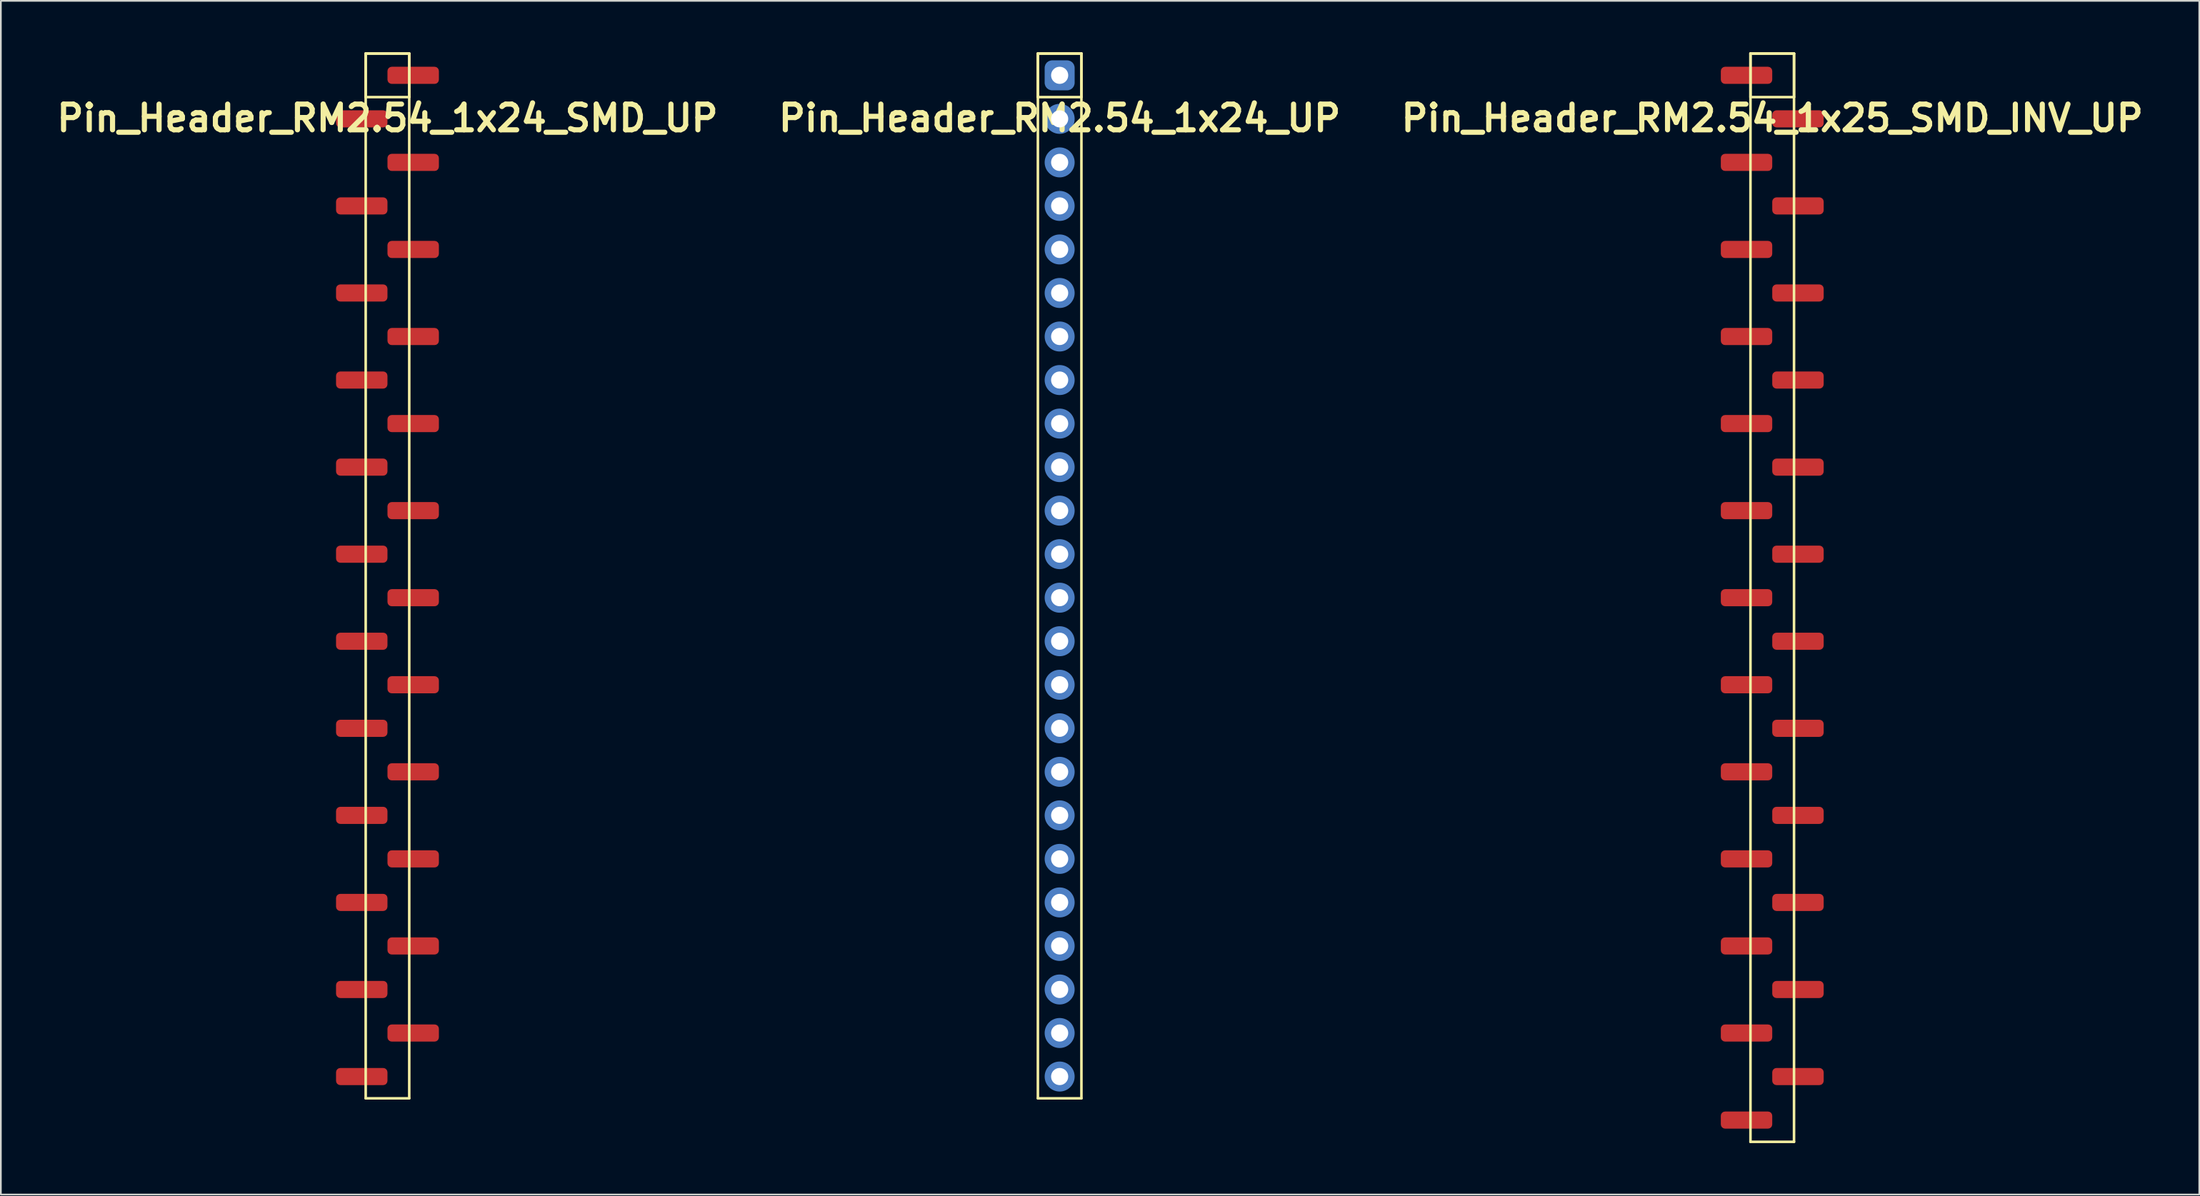
<source format=kicad_pcb>
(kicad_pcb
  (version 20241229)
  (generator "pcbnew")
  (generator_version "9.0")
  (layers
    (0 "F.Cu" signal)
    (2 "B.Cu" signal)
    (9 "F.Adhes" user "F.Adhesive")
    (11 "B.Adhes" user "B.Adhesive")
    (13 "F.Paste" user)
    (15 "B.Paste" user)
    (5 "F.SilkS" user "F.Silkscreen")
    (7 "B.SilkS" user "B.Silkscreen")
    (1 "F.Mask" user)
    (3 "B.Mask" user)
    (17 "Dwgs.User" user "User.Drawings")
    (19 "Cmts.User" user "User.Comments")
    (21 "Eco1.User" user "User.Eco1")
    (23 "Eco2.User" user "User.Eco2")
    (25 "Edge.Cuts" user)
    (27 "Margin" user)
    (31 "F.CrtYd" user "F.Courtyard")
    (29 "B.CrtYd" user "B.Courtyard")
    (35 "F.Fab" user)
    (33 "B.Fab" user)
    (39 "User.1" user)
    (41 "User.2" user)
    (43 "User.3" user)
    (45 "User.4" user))
  (footprint "Pin_Header_RM2.54_1x25_SMD_INV_UP"
    (layer "F.Cu")
    (at 100.321 1.345)
    (property "Reference" "Pin_Header_RM2.54_1x25_SMD_INV_UP" (at 0 2.5 0) (layer "F.SilkS") (effects (font (size 1.5 1.5) (thickness 0.3))))
    (attr through_hole)
    (fp_line (start -1.27 -1.27) (end 1.27 -1.27) (stroke (width 0.15) (type solid)) (layer "F.SilkS"))
    (fp_line (start -1.27 -1.27) (end 1.27 -1.27) (stroke (width 0.15) (type solid)) (layer "F.SilkS"))
    (fp_line (start -1.27 1.27) (end -1.27 -1.27) (stroke (width 0.15) (type solid)) (layer "F.SilkS"))
    (fp_line (start -1.27 62.23) (end -1.27 -1.27) (stroke (width 0.15) (type solid)) (layer "F.SilkS"))
    (fp_line (start 1.27 -1.27) (end 1.27 1.27) (stroke (width 0.15) (type solid)) (layer "F.SilkS"))
    (fp_line (start 1.27 -1.27) (end 1.27 62.23) (stroke (width 0.15) (type solid)) (layer "F.SilkS"))
    (fp_line (start 1.27 1.27) (end -1.27 1.27) (stroke (width 0.15) (type solid)) (layer "F.SilkS"))
    (fp_line (start 1.27 62.23) (end -1.27 62.23) (stroke (width 0.15) (type solid)) (layer "F.SilkS"))
    (pad "1" smd roundrect (at -1.5 0) (size 3 1) (layers "F.Cu" "F.Mask" "F.Paste") (roundrect_rratio 0.25))
    (pad "2" smd roundrect (at 1.5 2.54) (size 3 1) (layers "F.Cu" "F.Mask" "F.Paste") (roundrect_rratio 0.25))
    (pad "3" smd roundrect (at -1.5 5.08) (size 3 1) (layers "F.Cu" "F.Mask" "F.Paste") (roundrect_rratio 0.25))
    (pad "4" smd roundrect (at 1.5 7.62) (size 3 1) (layers "F.Cu" "F.Mask" "F.Paste") (roundrect_rratio 0.25))
    (pad "5" smd roundrect (at -1.5 10.16) (size 3 1) (layers "F.Cu" "F.Mask" "F.Paste") (roundrect_rratio 0.25))
    (pad "6" smd roundrect (at 1.5 12.7) (size 3 1) (layers "F.Cu" "F.Mask" "F.Paste") (roundrect_rratio 0.25))
    (pad "7" smd roundrect (at -1.5 15.24) (size 3 1) (layers "F.Cu" "F.Mask" "F.Paste") (roundrect_rratio 0.25))
    (pad "8" smd roundrect (at 1.5 17.78) (size 3 1) (layers "F.Cu" "F.Mask" "F.Paste") (roundrect_rratio 0.25))
    (pad "9" smd roundrect (at -1.5 20.32) (size 3 1) (layers "F.Cu" "F.Mask" "F.Paste") (roundrect_rratio 0.25))
    (pad "10" smd roundrect (at 1.5 22.86) (size 3 1) (layers "F.Cu" "F.Mask" "F.Paste") (roundrect_rratio 0.25))
    (pad "11" smd roundrect (at -1.5 25.4) (size 3 1) (layers "F.Cu" "F.Mask" "F.Paste") (roundrect_rratio 0.25))
    (pad "12" smd roundrect (at 1.5 27.94) (size 3 1) (layers "F.Cu" "F.Mask" "F.Paste") (roundrect_rratio 0.25))
    (pad "13" smd roundrect (at -1.5 30.48) (size 3 1) (layers "F.Cu" "F.Mask" "F.Paste") (roundrect_rratio 0.25))
    (pad "14" smd roundrect (at 1.5 33.02) (size 3 1) (layers "F.Cu" "F.Mask" "F.Paste") (roundrect_rratio 0.25))
    (pad "15" smd roundrect (at -1.5 35.56) (size 3 1) (layers "F.Cu" "F.Mask" "F.Paste") (roundrect_rratio 0.25))
    (pad "16" smd roundrect (at 1.5 38.1) (size 3 1) (layers "F.Cu" "F.Mask" "F.Paste") (roundrect_rratio 0.25))
    (pad "17" smd roundrect (at -1.5 40.64) (size 3 1) (layers "F.Cu" "F.Mask" "F.Paste") (roundrect_rratio 0.25))
    (pad "18" smd roundrect (at 1.5 43.18) (size 3 1) (layers "F.Cu" "F.Mask" "F.Paste") (roundrect_rratio 0.25))
    (pad "19" smd roundrect (at -1.5 45.72) (size 3 1) (layers "F.Cu" "F.Mask" "F.Paste") (roundrect_rratio 0.25))
    (pad "20" smd roundrect (at 1.5 48.26) (size 3 1) (layers "F.Cu" "F.Mask" "F.Paste") (roundrect_rratio 0.25))
    (pad "21" smd roundrect (at -1.5 50.8) (size 3 1) (layers "F.Cu" "F.Mask" "F.Paste") (roundrect_rratio 0.25))
    (pad "22" smd roundrect (at 1.5 53.34) (size 3 1) (layers "F.Cu" "F.Mask" "F.Paste") (roundrect_rratio 0.25))
    (pad "23" smd roundrect (at -1.5 55.88) (size 3 1) (layers "F.Cu" "F.Mask" "F.Paste") (roundrect_rratio 0.25))
    (pad "24" smd roundrect (at 1.5 58.42) (size 3 1) (layers "F.Cu" "F.Mask" "F.Paste") (roundrect_rratio 0.25))
    (pad "25" smd roundrect (at -1.5 60.96) (size 3 1) (layers "F.Cu" "F.Mask" "F.Paste") (roundrect_rratio 0.25)))
  (footprint "Pin_Header_RM2.54_1x24_SMD_UP"
    (layer "F.Cu")
    (at 19.55 1.345)
    (property "Reference" "Pin_Header_RM2.54_1x24_SMD_UP" (at 0 2.5 0) (layer "F.SilkS") (effects (font (size 1.5 1.5) (thickness 0.3))))
    (attr through_hole)
    (fp_line (start -1.27 -1.27) (end 1.27 -1.27) (stroke (width 0.15) (type solid)) (layer "F.SilkS"))
    (fp_line (start -1.27 -1.27) (end 1.27 -1.27) (stroke (width 0.15) (type solid)) (layer "F.SilkS"))
    (fp_line (start -1.27 1.27) (end -1.27 -1.27) (stroke (width 0.15) (type solid)) (layer "F.SilkS"))
    (fp_line (start -1.27 59.69) (end -1.27 -1.27) (stroke (width 0.15) (type solid)) (layer "F.SilkS"))
    (fp_line (start 1.27 -1.27) (end 1.27 1.27) (stroke (width 0.15) (type solid)) (layer "F.SilkS"))
    (fp_line (start 1.27 -1.27) (end 1.27 59.69) (stroke (width 0.15) (type solid)) (layer "F.SilkS"))
    (fp_line (start 1.27 1.27) (end -1.27 1.27) (stroke (width 0.15) (type solid)) (layer "F.SilkS"))
    (fp_line (start 1.27 59.69) (end -1.27 59.69) (stroke (width 0.15) (type solid)) (layer "F.SilkS"))
    (pad "1" smd roundrect (at 1.5 0) (size 3 1) (layers "F.Cu" "F.Mask" "F.Paste") (roundrect_rratio 0.25))
    (pad "2" smd roundrect (at -1.5 2.54) (size 3 1) (layers "F.Cu" "F.Mask" "F.Paste") (roundrect_rratio 0.25))
    (pad "3" smd roundrect (at 1.5 5.08) (size 3 1) (layers "F.Cu" "F.Mask" "F.Paste") (roundrect_rratio 0.25))
    (pad "4" smd roundrect (at -1.5 7.62) (size 3 1) (layers "F.Cu" "F.Mask" "F.Paste") (roundrect_rratio 0.25))
    (pad "5" smd roundrect (at 1.5 10.16) (size 3 1) (layers "F.Cu" "F.Mask" "F.Paste") (roundrect_rratio 0.25))
    (pad "6" smd roundrect (at -1.5 12.7) (size 3 1) (layers "F.Cu" "F.Mask" "F.Paste") (roundrect_rratio 0.25))
    (pad "7" smd roundrect (at 1.5 15.24) (size 3 1) (layers "F.Cu" "F.Mask" "F.Paste") (roundrect_rratio 0.25))
    (pad "8" smd roundrect (at -1.5 17.78) (size 3 1) (layers "F.Cu" "F.Mask" "F.Paste") (roundrect_rratio 0.25))
    (pad "9" smd roundrect (at 1.5 20.32) (size 3 1) (layers "F.Cu" "F.Mask" "F.Paste") (roundrect_rratio 0.25))
    (pad "10" smd roundrect (at -1.5 22.86) (size 3 1) (layers "F.Cu" "F.Mask" "F.Paste") (roundrect_rratio 0.25))
    (pad "11" smd roundrect (at 1.5 25.4) (size 3 1) (layers "F.Cu" "F.Mask" "F.Paste") (roundrect_rratio 0.25))
    (pad "12" smd roundrect (at -1.5 27.94) (size 3 1) (layers "F.Cu" "F.Mask" "F.Paste") (roundrect_rratio 0.25))
    (pad "13" smd roundrect (at 1.5 30.48) (size 3 1) (layers "F.Cu" "F.Mask" "F.Paste") (roundrect_rratio 0.25))
    (pad "14" smd roundrect (at -1.5 33.02) (size 3 1) (layers "F.Cu" "F.Mask" "F.Paste") (roundrect_rratio 0.25))
    (pad "15" smd roundrect (at 1.5 35.56) (size 3 1) (layers "F.Cu" "F.Mask" "F.Paste") (roundrect_rratio 0.25))
    (pad "16" smd roundrect (at -1.5 38.1) (size 3 1) (layers "F.Cu" "F.Mask" "F.Paste") (roundrect_rratio 0.25))
    (pad "17" smd roundrect (at 1.5 40.64) (size 3 1) (layers "F.Cu" "F.Mask" "F.Paste") (roundrect_rratio 0.25))
    (pad "18" smd roundrect (at -1.5 43.18) (size 3 1) (layers "F.Cu" "F.Mask" "F.Paste") (roundrect_rratio 0.25))
    (pad "19" smd roundrect (at 1.5 45.72) (size 3 1) (layers "F.Cu" "F.Mask" "F.Paste") (roundrect_rratio 0.25))
    (pad "20" smd roundrect (at -1.5 48.26) (size 3 1) (layers "F.Cu" "F.Mask" "F.Paste") (roundrect_rratio 0.25))
    (pad "21" smd roundrect (at 1.5 50.8) (size 3 1) (layers "F.Cu" "F.Mask" "F.Paste") (roundrect_rratio 0.25))
    (pad "22" smd roundrect (at -1.5 53.34) (size 3 1) (layers "F.Cu" "F.Mask" "F.Paste") (roundrect_rratio 0.25))
    (pad "23" smd roundrect (at 1.5 55.88) (size 3 1) (layers "F.Cu" "F.Mask" "F.Paste") (roundrect_rratio 0.25))
    (pad "24" smd roundrect (at -1.5 58.42) (size 3 1) (layers "F.Cu" "F.Mask" "F.Paste") (roundrect_rratio 0.25)))
  (footprint "Pin_Header_RM2.54_1x24_UP"
    (layer "F.Cu")
    (at 58.757 1.345)
    (property "Reference" "Pin_Header_RM2.54_1x24_UP" (at 0 2.5 0) (layer "F.SilkS") (effects (font (size 1.5 1.5) (thickness 0.3))))
    (attr through_hole)
    (fp_line (start -1.27 -1.27) (end 1.27 -1.27) (stroke (width 0.15) (type solid)) (layer "F.SilkS"))
    (fp_line (start -1.27 -1.27) (end 1.27 -1.27) (stroke (width 0.15) (type solid)) (layer "F.SilkS"))
    (fp_line (start -1.27 1.27) (end -1.27 -1.27) (stroke (width 0.15) (type solid)) (layer "F.SilkS"))
    (fp_line (start -1.27 59.69) (end -1.27 -1.27) (stroke (width 0.15) (type solid)) (layer "F.SilkS"))
    (fp_line (start 1.27 -1.27) (end 1.27 1.27) (stroke (width 0.15) (type solid)) (layer "F.SilkS"))
    (fp_line (start 1.27 -1.27) (end 1.27 59.69) (stroke (width 0.15) (type solid)) (layer "F.SilkS"))
    (fp_line (start 1.27 1.27) (end -1.27 1.27) (stroke (width 0.15) (type solid)) (layer "F.SilkS"))
    (fp_line (start 1.27 59.69) (end -1.27 59.69) (stroke (width 0.15) (type solid)) (layer "F.SilkS"))
    (pad "1" thru_hole circle (at 0 0) (size 1.3 1.3) (drill 1) (layers "*.Cu" "*.Mask"))
    (pad "1" smd roundrect (at 0 0) (size 1.5 1.5) (layers "F.Cu" "F.Mask") (roundrect_rratio 0.25))
    (pad "1" smd roundrect (at 0 0) (size 1.75 1.75) (layers "B.Cu" "B.Mask") (roundrect_rratio 0.25))
    (pad "2" thru_hole circle (at 0 2.54) (size 1.3 1.3) (drill 1) (layers "*.Cu" "*.Mask"))
    (pad "2" smd circle (at 0 2.54) (size 1.5 1.5) (layers "F.Cu" "F.Mask"))
    (pad "2" smd circle (at 0 2.54) (size 1.75 1.75) (layers "B.Cu" "B.Mask"))
    (pad "3" thru_hole circle (at 0 5.08) (size 1.3 1.3) (drill 1) (layers "*.Cu" "*.Mask"))
    (pad "3" smd circle (at 0 5.08) (size 1.5 1.5) (layers "F.Cu" "F.Mask"))
    (pad "3" smd circle (at 0 5.08) (size 1.75 1.75) (layers "B.Cu" "B.Mask"))
    (pad "4" thru_hole circle (at 0 7.62) (size 1.3 1.3) (drill 1) (layers "*.Cu" "*.Mask"))
    (pad "4" smd circle (at 0 7.62) (size 1.5 1.5) (layers "F.Cu" "F.Mask"))
    (pad "4" smd circle (at 0 7.62) (size 1.75 1.75) (layers "B.Cu" "B.Mask"))
    (pad "5" thru_hole circle (at 0 10.16) (size 1.3 1.3) (drill 1) (layers "*.Cu" "*.Mask"))
    (pad "5" smd circle (at 0 10.16) (size 1.5 1.5) (layers "F.Cu" "F.Mask"))
    (pad "5" smd circle (at 0 10.16) (size 1.75 1.75) (layers "B.Cu" "B.Mask"))
    (pad "6" thru_hole circle (at 0 12.7) (size 1.3 1.3) (drill 1) (layers "*.Cu" "*.Mask"))
    (pad "6" smd circle (at 0 12.7) (size 1.5 1.5) (layers "F.Cu" "F.Mask"))
    (pad "6" smd circle (at 0 12.7) (size 1.75 1.75) (layers "B.Cu" "B.Mask"))
    (pad "7" thru_hole circle (at 0 15.24) (size 1.3 1.3) (drill 1) (layers "*.Cu" "*.Mask"))
    (pad "7" smd circle (at 0 15.24) (size 1.5 1.5) (layers "F.Cu" "F.Mask"))
    (pad "7" smd circle (at 0 15.24) (size 1.75 1.75) (layers "B.Cu" "B.Mask"))
    (pad "8" thru_hole circle (at 0 17.78) (size 1.3 1.3) (drill 1) (layers "*.Cu" "*.Mask"))
    (pad "8" smd circle (at 0 17.78) (size 1.5 1.5) (layers "F.Cu" "F.Mask"))
    (pad "8" smd circle (at 0 17.78) (size 1.75 1.75) (layers "B.Cu" "B.Mask"))
    (pad "9" thru_hole circle (at 0 20.32) (size 1.3 1.3) (drill 1) (layers "*.Cu" "*.Mask"))
    (pad "9" smd circle (at 0 20.32) (size 1.5 1.5) (layers "F.Cu" "F.Mask"))
    (pad "9" smd circle (at 0 20.32) (size 1.75 1.75) (layers "B.Cu" "B.Mask"))
    (pad "10" thru_hole circle (at 0 22.86) (size 1.3 1.3) (drill 1) (layers "*.Cu" "*.Mask"))
    (pad "10" smd circle (at 0 22.86) (size 1.5 1.5) (layers "F.Cu" "F.Mask"))
    (pad "10" smd circle (at 0 22.86) (size 1.75 1.75) (layers "B.Cu" "B.Mask"))
    (pad "11" thru_hole circle (at 0 25.4) (size 1.3 1.3) (drill 1) (layers "*.Cu" "*.Mask"))
    (pad "11" smd circle (at 0 25.4) (size 1.5 1.5) (layers "F.Cu" "F.Mask"))
    (pad "11" smd circle (at 0 25.4) (size 1.75 1.75) (layers "B.Cu" "B.Mask"))
    (pad "12" thru_hole circle (at 0 27.94) (size 1.3 1.3) (drill 1) (layers "*.Cu" "*.Mask"))
    (pad "12" smd circle (at 0 27.94) (size 1.5 1.5) (layers "F.Cu" "F.Mask"))
    (pad "12" smd circle (at 0 27.94) (size 1.75 1.75) (layers "B.Cu" "B.Mask"))
    (pad "13" thru_hole circle (at 0 30.48) (size 1.3 1.3) (drill 1) (layers "*.Cu" "*.Mask"))
    (pad "13" smd circle (at 0 30.48) (size 1.5 1.5) (layers "F.Cu" "F.Mask"))
    (pad "13" smd circle (at 0 30.48) (size 1.75 1.75) (layers "B.Cu" "B.Mask"))
    (pad "14" thru_hole circle (at 0 33.02) (size 1.3 1.3) (drill 1) (layers "*.Cu" "*.Mask"))
    (pad "14" smd circle (at 0 33.02) (size 1.5 1.5) (layers "F.Cu" "F.Mask"))
    (pad "14" smd circle (at 0 33.02) (size 1.75 1.75) (layers "B.Cu" "B.Mask"))
    (pad "15" thru_hole circle (at 0 35.56) (size 1.3 1.3) (drill 1) (layers "*.Cu" "*.Mask"))
    (pad "15" smd circle (at 0 35.56) (size 1.5 1.5) (layers "F.Cu" "F.Mask"))
    (pad "15" smd circle (at 0 35.56) (size 1.75 1.75) (layers "B.Cu" "B.Mask"))
    (pad "16" thru_hole circle (at 0 38.1) (size 1.3 1.3) (drill 1) (layers "*.Cu" "*.Mask"))
    (pad "16" smd circle (at 0 38.1) (size 1.5 1.5) (layers "F.Cu" "F.Mask"))
    (pad "16" smd circle (at 0 38.1) (size 1.75 1.75) (layers "B.Cu" "B.Mask"))
    (pad "17" thru_hole circle (at 0 40.64) (size 1.3 1.3) (drill 1) (layers "*.Cu" "*.Mask"))
    (pad "17" smd circle (at 0 40.64) (size 1.5 1.5) (layers "F.Cu" "F.Mask"))
    (pad "17" smd circle (at 0 40.64) (size 1.75 1.75) (layers "B.Cu" "B.Mask"))
    (pad "18" thru_hole circle (at 0 43.18) (size 1.3 1.3) (drill 1) (layers "*.Cu" "*.Mask"))
    (pad "18" smd circle (at 0 43.18) (size 1.5 1.5) (layers "F.Cu" "F.Mask"))
    (pad "18" smd circle (at 0 43.18) (size 1.75 1.75) (layers "B.Cu" "B.Mask"))
    (pad "19" thru_hole circle (at 0 45.72) (size 1.3 1.3) (drill 1) (layers "*.Cu" "*.Mask"))
    (pad "19" smd circle (at 0 45.72) (size 1.5 1.5) (layers "F.Cu" "F.Mask"))
    (pad "19" smd circle (at 0 45.72) (size 1.75 1.75) (layers "B.Cu" "B.Mask"))
    (pad "20" thru_hole circle (at 0 48.26) (size 1.3 1.3) (drill 1) (layers "*.Cu" "*.Mask"))
    (pad "20" smd circle (at 0 48.26) (size 1.5 1.5) (layers "F.Cu" "F.Mask"))
    (pad "20" smd circle (at 0 48.26) (size 1.75 1.75) (layers "B.Cu" "B.Mask"))
    (pad "21" thru_hole circle (at 0 50.8) (size 1.3 1.3) (drill 1) (layers "*.Cu" "*.Mask"))
    (pad "21" smd circle (at 0 50.8) (size 1.5 1.5) (layers "F.Cu" "F.Mask"))
    (pad "21" smd circle (at 0 50.8) (size 1.75 1.75) (layers "B.Cu" "B.Mask"))
    (pad "22" thru_hole circle (at 0 53.34) (size 1.3 1.3) (drill 1) (layers "*.Cu" "*.Mask"))
    (pad "22" smd circle (at 0 53.34) (size 1.5 1.5) (layers "F.Cu" "F.Mask"))
    (pad "22" smd circle (at 0 53.34) (size 1.75 1.75) (layers "B.Cu" "B.Mask"))
    (pad "23" thru_hole circle (at 0 55.88) (size 1.3 1.3) (drill 1) (layers "*.Cu" "*.Mask"))
    (pad "23" smd circle (at 0 55.88) (size 1.5 1.5) (layers "F.Cu" "F.Mask"))
    (pad "23" smd circle (at 0 55.88) (size 1.75 1.75) (layers "B.Cu" "B.Mask"))
    (pad "24" thru_hole circle (at 0 58.42) (size 1.3 1.3) (drill 1) (layers "*.Cu" "*.Mask"))
    (pad "24" smd circle (at 0 58.42) (size 1.5 1.5) (layers "F.Cu" "F.Mask"))
    (pad "24" smd circle (at 0 58.42) (size 1.75 1.75) (layers "B.Cu" "B.Mask")))
  (gr_rect
    (start -3 -3)
    (end 125.229 66.65)
    (stroke (width 0.1) (type default))
    (fill no)
    (layer "Edge.Cuts")))
</source>
